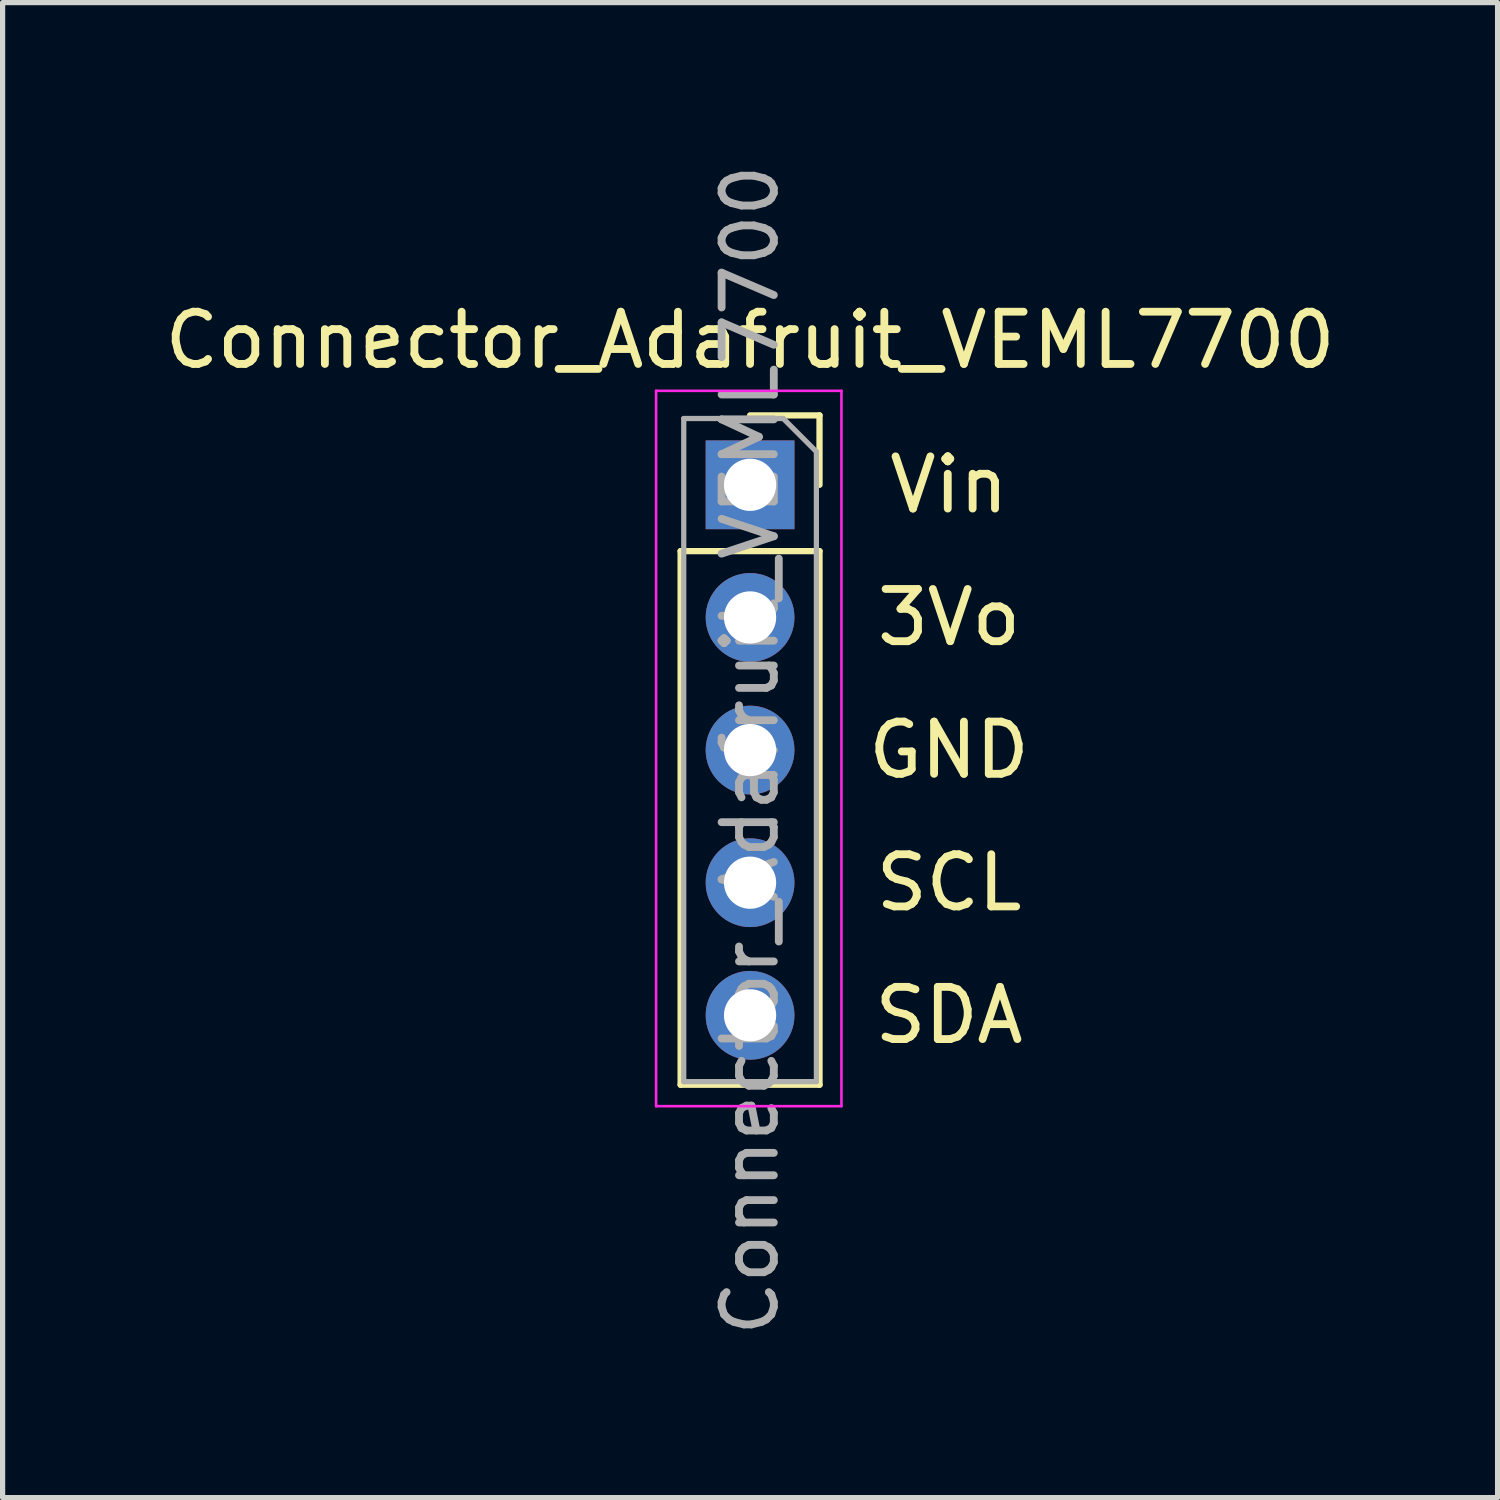
<source format=kicad_pcb>
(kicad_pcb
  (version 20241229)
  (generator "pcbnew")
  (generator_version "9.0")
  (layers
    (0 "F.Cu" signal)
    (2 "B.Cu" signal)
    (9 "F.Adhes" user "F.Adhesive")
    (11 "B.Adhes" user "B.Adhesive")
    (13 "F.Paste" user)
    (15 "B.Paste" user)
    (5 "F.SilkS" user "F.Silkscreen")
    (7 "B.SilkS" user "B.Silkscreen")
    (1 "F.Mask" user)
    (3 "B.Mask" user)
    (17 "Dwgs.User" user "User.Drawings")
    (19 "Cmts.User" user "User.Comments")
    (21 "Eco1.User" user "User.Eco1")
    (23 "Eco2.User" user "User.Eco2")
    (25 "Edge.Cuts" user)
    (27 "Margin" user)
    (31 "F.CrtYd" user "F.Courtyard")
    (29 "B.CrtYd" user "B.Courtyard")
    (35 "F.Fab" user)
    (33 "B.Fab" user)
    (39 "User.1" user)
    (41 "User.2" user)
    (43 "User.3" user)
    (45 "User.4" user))
  (footprint "Connector_Adafruit_VEML7700"
    (layer "F.Cu")
    (at 11.315 6.235)
    (property "Reference" "Connector_Adafruit_VEML7700" (at 0 -2.77 0) (layer "F.SilkS") (effects (font (size 1 1) (thickness 0.15))))
    (attr through_hole)
    (fp_line (start -1.33 1.27) (end -1.33 11.49) (stroke (width 0.12) (type solid)) (layer "F.SilkS"))
    (fp_line (start -1.33 1.27) (end 1.33 1.27) (stroke (width 0.12) (type solid)) (layer "F.SilkS"))
    (fp_line (start -1.33 11.49) (end 1.33 11.49) (stroke (width 0.12) (type solid)) (layer "F.SilkS"))
    (fp_line (start 0 -1.33) (end 1.33 -1.33) (stroke (width 0.12) (type solid)) (layer "F.SilkS"))
    (fp_line (start 1.33 -1.33) (end 1.33 0) (stroke (width 0.12) (type solid)) (layer "F.SilkS"))
    (fp_line (start 1.33 1.27) (end 1.33 11.49) (stroke (width 0.12) (type solid)) (layer "F.SilkS"))
    (fp_line (start -1.8 -1.8) (end 1.75 -1.8) (stroke (width 0.05) (type solid)) (layer "F.CrtYd"))
    (fp_line (start -1.8 11.9) (end -1.8 -1.8) (stroke (width 0.05) (type solid)) (layer "F.CrtYd"))
    (fp_line (start 1.75 -1.8) (end 1.75 11.9) (stroke (width 0.05) (type solid)) (layer "F.CrtYd"))
    (fp_line (start 1.75 11.9) (end -1.8 11.9) (stroke (width 0.05) (type solid)) (layer "F.CrtYd"))
    (fp_line (start -1.27 -1.27) (end 0.635 -1.27) (stroke (width 0.1) (type solid)) (layer "F.Fab"))
    (fp_line (start -1.27 11.43) (end -1.27 -1.27) (stroke (width 0.1) (type solid)) (layer "F.Fab"))
    (fp_line (start 0.635 -1.27) (end 1.27 -0.635) (stroke (width 0.1) (type solid)) (layer "F.Fab"))
    (fp_line (start 1.27 -0.635) (end 1.27 11.43) (stroke (width 0.1) (type solid)) (layer "F.Fab"))
    (fp_line (start 1.27 11.43) (end -1.27 11.43) (stroke (width 0.1) (type solid)) (layer "F.Fab"))
    (fp_text user "3Vo" (at 3.81 2.54 0) (layer "F.SilkS") (effects (font (size 1 1) (thickness 0.15))))
    (fp_text user "Vin" (at 3.81 0 0) (layer "F.SilkS") (effects (font (size 1 1) (thickness 0.15))))
    (fp_text user "GND" (at 3.81 5.08 0) (layer "F.SilkS") (effects (font (size 1 1) (thickness 0.15))))
    (fp_text user "SDA" (at 3.81 10.16 0) (layer "F.SilkS") (effects (font (size 1 1) (thickness 0.15))))
    (fp_text user "SCL" (at 3.81 7.62 0) (layer "F.SilkS") (effects (font (size 1 1) (thickness 0.15))))
    (fp_text user "${REFERENCE}" (at 0 5.08 90) (layer "F.Fab") (effects (font (size 1 1) (thickness 0.15))))
    (pad "1" thru_hole rect (at 0 0) (size 1.7 1.7) (drill 1) (layers "*.Cu" "*.Mask"))
    (pad "2" thru_hole oval (at 0 2.54) (size 1.7 1.7) (drill 1) (layers "*.Cu" "*.Mask"))
    (pad "3" thru_hole oval (at 0 5.08) (size 1.7 1.7) (drill 1) (layers "*.Cu" "*.Mask"))
    (pad "4" thru_hole oval (at 0 7.62) (size 1.7 1.7) (drill 1) (layers "*.Cu" "*.Mask"))
    (pad "5" thru_hole oval (at 0 10.16) (size 1.7 1.7) (drill 1) (layers "*.Cu" "*.Mask")))
  (gr_rect
    (start -3 -3)
    (end 25.631 25.631)
    (stroke (width 0.1) (type default))
    (fill no)
    (layer "Edge.Cuts")))
</source>
